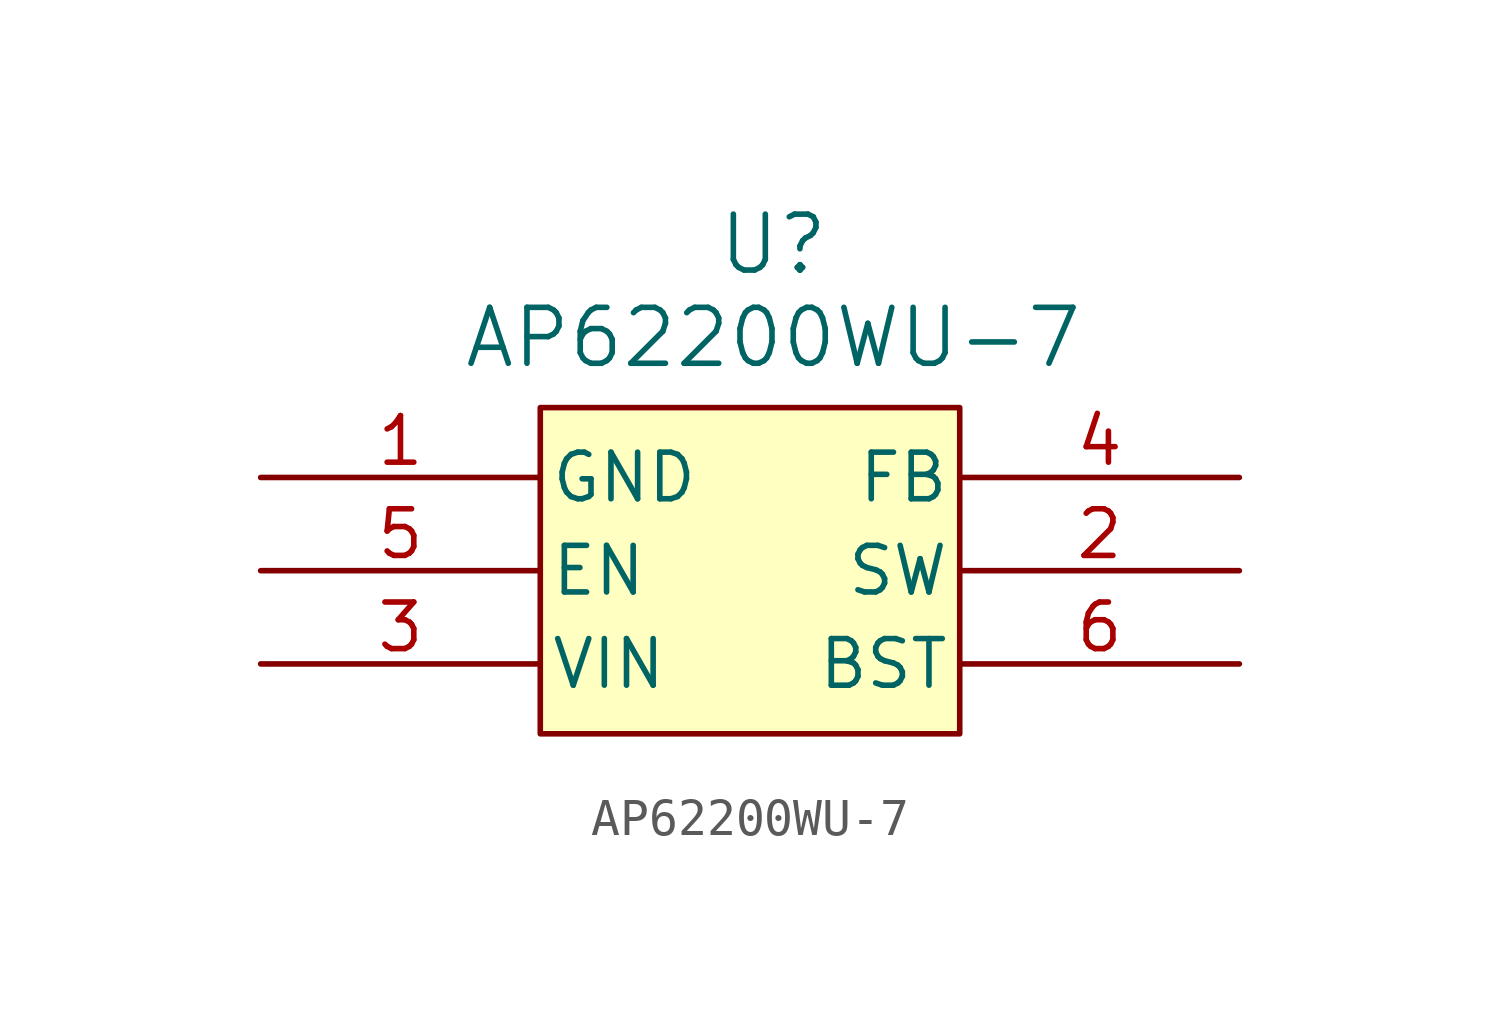
<source format=kicad_sym>
(kicad_symbol_lib
  (version 20231120)
  (generator "kicad_symbol_editor")
  (generator_version "8.0")
  (symbol "AP62200WU-7"
    (pin_names
      (offset 0.254))
    (property "Reference" "U"
      (at 20.32 10.16 0)
      (effects (font (size 1.524 1.524))))
    (property "Value" "AP62200WU-7"
      (at 20.32 7.62 0)
      (effects (font (size 1.524 1.524))))
    (property "ki_locked" ""
      (at 0 0 0)
      (effects (font (size 1.27 1.27))))
    (symbol "AP62200WU-7_1_1"
      (rectangle (start 13.97 5.715) (end 25.4 -3.175) (stroke (width 0) (type default)) (fill (type background)))
      (pin power_in line (at 6.35 3.81 0) (length 7.62) (name "GND" (effects (font (size 1.27 1.27)))) (number "1" (effects (font (size 1.27 1.27)))))
      (pin power_out line (at 33.02 1.27 180) (length 7.62) (name "SW" (effects (font (size 1.27 1.27)))) (number "2" (effects (font (size 1.27 1.27)))))
      (pin power_in line (at 6.35 -1.27 0) (length 7.62) (name "VIN" (effects (font (size 1.27 1.27)))) (number "3" (effects (font (size 1.27 1.27)))))
      (pin input line (at 33.02 3.81 180) (length 7.62) (name "FB" (effects (font (size 1.27 1.27)))) (number "4" (effects (font (size 1.27 1.27)))))
      (pin input line (at 6.35 1.27 0) (length 7.62) (name "EN" (effects (font (size 1.27 1.27)))) (number "5" (effects (font (size 1.27 1.27)))))
      (pin input line (at 33.02 -1.27 180) (length 7.62) (name "BST" (effects (font (size 1.27 1.27)))) (number "6" (effects (font (size 1.27 1.27))))))))
</source>
